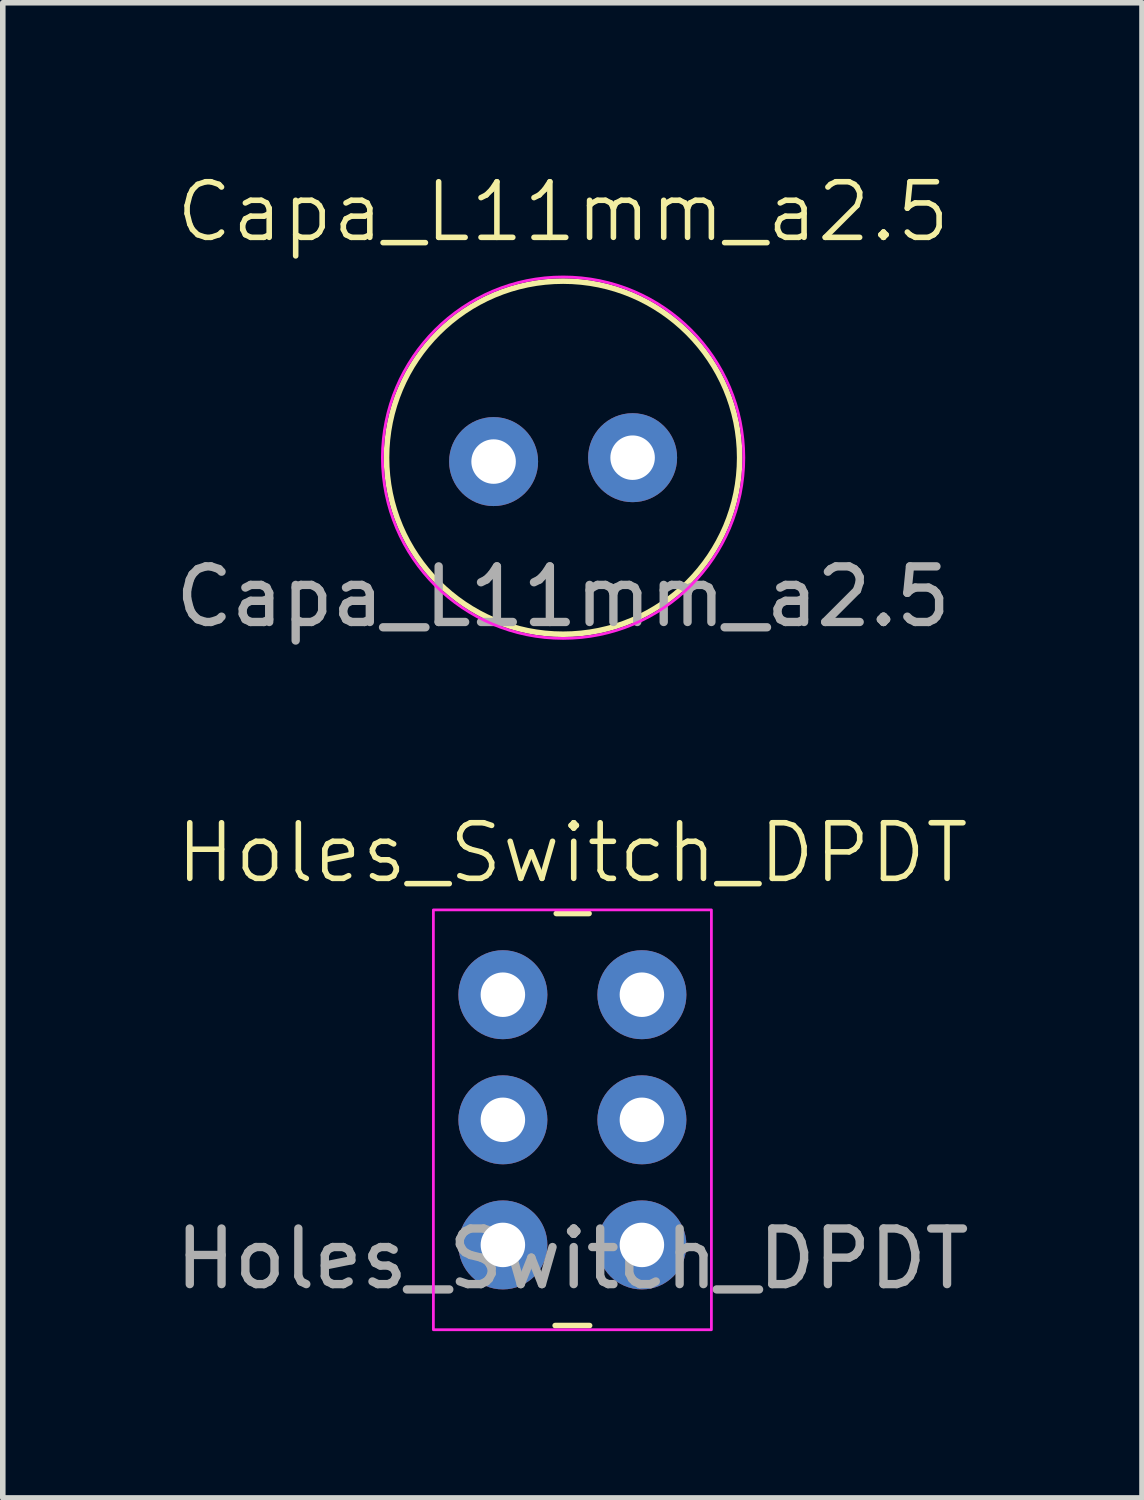
<source format=kicad_pcb>
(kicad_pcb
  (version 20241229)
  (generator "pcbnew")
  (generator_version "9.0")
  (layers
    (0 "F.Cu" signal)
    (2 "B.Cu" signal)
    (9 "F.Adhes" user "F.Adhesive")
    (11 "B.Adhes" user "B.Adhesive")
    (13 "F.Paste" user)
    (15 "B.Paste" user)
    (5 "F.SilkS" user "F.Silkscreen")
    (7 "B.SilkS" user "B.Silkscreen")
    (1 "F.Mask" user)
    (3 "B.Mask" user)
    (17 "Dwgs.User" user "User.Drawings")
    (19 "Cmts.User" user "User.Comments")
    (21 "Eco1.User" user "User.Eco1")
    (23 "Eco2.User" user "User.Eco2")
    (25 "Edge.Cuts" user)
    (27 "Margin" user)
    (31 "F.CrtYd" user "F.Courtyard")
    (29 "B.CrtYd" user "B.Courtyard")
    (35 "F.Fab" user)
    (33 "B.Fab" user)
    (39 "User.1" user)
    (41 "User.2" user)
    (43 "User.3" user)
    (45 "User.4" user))
  (footprint "Capa_L11mm_a2.5"
    (layer "F.Cu")
    (at 7.077 5.181)
    (property "Reference" "Capa_L11mm_a2.5" (at 0 -4.42 0) (unlocked yes) (layer "F.SilkS") (effects (font (size 1 1) (thickness 0.1))))
    (attr smd)
    (fp_circle (center 0 0) (end -2.2 -2.29) (stroke (width 0.1) (type default)) (fill no) (layer "F.SilkS"))
    (fp_circle (center 0 0) (end 3.25 0) (stroke (width 0.05) (type solid)) (fill no) (layer "F.CrtYd"))
    (fp_text user "${REFERENCE}" (at 0 2.5 0) (unlocked yes) (layer "F.Fab") (effects (font (size 1 1) (thickness 0.15))))
    (pad "1" thru_hole oval (at -1.25 0.07) (size 1.6 1.6) (drill 0.8) (layers "*.Cu" "*.Mask"))
    (pad "2" thru_hole oval (at 1.25 0) (size 1.6 1.6) (drill 0.8) (layers "*.Cu" "*.Mask")))
  (footprint "Holes_Switch_DPDT"
    (layer "F.Cu")
    (at 7.244 17.089)
    (property "Reference" "Holes_Switch_DPDT" (at 0 -4.8 0) (unlocked yes) (layer "F.SilkS") (effects (font (size 1 1) (thickness 0.1))))
    (attr smd)
    (fp_line (start -0.29 -3.71) (end 0.3 -3.71) (stroke (width 0.1) (type default)) (layer "F.SilkS"))
    (fp_line (start 0.31 3.7) (end -0.31 3.7) (stroke (width 0.1) (type default)) (layer "F.SilkS"))
    (fp_rect (start -2.5 -3.775) (end 2.5 3.775) (stroke (width 0.05) (type solid)) (fill no) (layer "F.CrtYd"))
    (fp_text user "${REFERENCE}" (at 0 2.5 0) (unlocked yes) (layer "F.Fab") (effects (font (size 1 1) (thickness 0.15))))
    (pad "1" thru_hole oval (at -1.25 -2.25) (size 1.6 1.6) (drill 0.8) (layers "*.Cu" "*.Mask"))
    (pad "2" thru_hole oval (at -1.25 0) (size 1.6 1.6) (drill 0.8) (layers "*.Cu" "*.Mask"))
    (pad "3" thru_hole oval (at -1.25 2.25) (size 1.6 1.6) (drill 0.8) (layers "*.Cu" "*.Mask"))
    (pad "4" thru_hole oval (at 1.25 -2.25) (size 1.6 1.6) (drill 0.8) (layers "*.Cu" "*.Mask"))
    (pad "5" thru_hole oval (at 1.25 0) (size 1.6 1.6) (drill 0.8) (layers "*.Cu" "*.Mask"))
    (pad "6" thru_hole oval (at 1.25 2.25) (size 1.6 1.6) (drill 0.8) (layers "*.Cu" "*.Mask")))
  (gr_rect
    (start -3 -3)
    (end 17.488 23.889)
    (stroke (width 0.1) (type default))
    (fill no)
    (layer "Edge.Cuts")))
</source>
